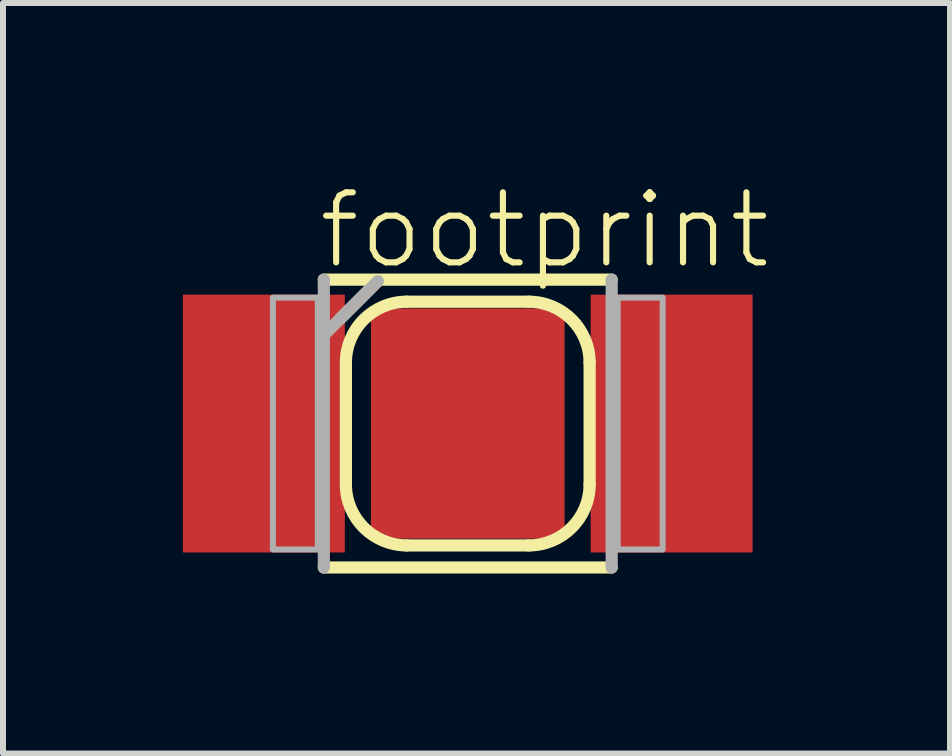
<source format=kicad_pcb>
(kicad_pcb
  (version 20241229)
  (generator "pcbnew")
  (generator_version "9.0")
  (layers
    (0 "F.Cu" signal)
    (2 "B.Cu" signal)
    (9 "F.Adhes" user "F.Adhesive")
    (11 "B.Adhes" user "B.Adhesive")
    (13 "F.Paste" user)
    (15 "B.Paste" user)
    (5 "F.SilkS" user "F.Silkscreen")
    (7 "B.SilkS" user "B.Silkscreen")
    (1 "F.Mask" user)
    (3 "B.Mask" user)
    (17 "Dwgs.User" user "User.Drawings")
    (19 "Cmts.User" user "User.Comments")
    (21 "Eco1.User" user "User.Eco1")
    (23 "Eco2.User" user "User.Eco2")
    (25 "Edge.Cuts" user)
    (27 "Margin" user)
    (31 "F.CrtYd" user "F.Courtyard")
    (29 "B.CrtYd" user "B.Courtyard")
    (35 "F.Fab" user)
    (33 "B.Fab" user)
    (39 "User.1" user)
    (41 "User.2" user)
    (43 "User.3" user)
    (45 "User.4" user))
  (footprint "footprint"
    (layer "F.Cu")
    (at 4.75 4.013)
    (property "Reference" "footprint" (at -2.54 -2.54 0) (layer "F.SilkS") (effects (font (size 1.168 1.168) (thickness 0.102)) (justify left bottom)))
    (fp_poly (pts (xy -4 2.125) (xy -2.1 2.125) (xy -2.1 -2.125) (xy -4 -2.125)) (stroke (width 0) (type solid)) (fill yes) (layer "F.Mask"))
    (fp_poly (pts (xy -0.65 1.95) (xy 0.65 1.95) (xy 0.65 -1.95) (xy -0.65 -1.95)) (stroke (width 0) (type solid)) (fill yes) (layer "F.Mask"))
    (fp_poly (pts (xy 4 -2.125) (xy 2.1 -2.125) (xy 2.1 2.125) (xy 4 2.125)) (stroke (width 0) (type solid)) (fill yes) (layer "F.Mask"))
    (fp_line (start -2.4 -2.4) (end 2.4 -2.4) (stroke (width 0.203) (type solid)) (layer "F.SilkS"))
    (fp_line (start -2.125 -1.75) (end -1.5 -2.375) (stroke (width 0.203) (type solid)) (layer "F.SilkS"))
    (fp_line (start -2.032 1.016) (end -2.032 -1.016) (stroke (width 0.203) (type solid)) (layer "F.SilkS"))
    (fp_line (start -1.016 -2.032) (end 1.016 -2.032) (stroke (width 0.203) (type solid)) (layer "F.SilkS"))
    (fp_line (start 1.016 2.032) (end -1.016 2.032) (stroke (width 0.203) (type solid)) (layer "F.SilkS"))
    (fp_line (start 2.032 1.016) (end 2.032 -1.016) (stroke (width 0.203) (type solid)) (layer "F.SilkS"))
    (fp_line (start 2.4 2.4) (end -2.4 2.4) (stroke (width 0.203) (type solid)) (layer "F.SilkS"))
    (fp_arc (start -2.032 -1.016) (mid -1.734419 -1.734421) (end -1.015998 -2.032) (stroke (width 0.2032) (type solid)) (layer "F.SilkS"))
    (fp_arc (start -1.016 2.032) (mid -1.734421 1.734419) (end -2.032 1.015998) (stroke (width 0.2032) (type solid)) (layer "F.SilkS"))
    (fp_arc (start 1.016 -2.032) (mid 1.734421 -1.734419) (end 2.032 -1.015998) (stroke (width 0.2032) (type solid)) (layer "F.SilkS"))
    (fp_arc (start 2.032 1.016) (mid 1.734419 1.734421) (end 1.015998 2.032) (stroke (width 0.2032) (type solid)) (layer "F.SilkS"))
    (fp_poly (pts (xy -3.625 2) (xy -2.25 2) (xy -2.25 -2) (xy -3.625 -2)) (stroke (width 0) (type solid)) (fill yes) (layer "F.Paste"))
    (fp_poly (pts (xy -0.5 1.75) (xy 0.5 1.75) (xy 0.5 -1.75) (xy -0.5 -1.75)) (stroke (width 0) (type solid)) (fill yes) (layer "F.Paste"))
    (fp_poly (pts (xy 3.625 -2) (xy 2.25 -2) (xy 2.25 2) (xy 3.625 2)) (stroke (width 0) (type solid)) (fill yes) (layer "F.Paste"))
    (fp_line (start -2.4 2.4) (end -2.4 -2.4) (stroke (width 0.203) (type solid)) (layer "F.Fab"))
    (fp_line (start -2.375 -1.5) (end -1.5 -2.375) (stroke (width 0.203) (type solid)) (layer "F.Fab"))
    (fp_line (start 2.4 -2.4) (end 2.4 2.4) (stroke (width 0.203) (type solid)) (layer "F.Fab"))
    (fp_poly (pts (xy -3.25 2.1) (xy -2.5 2.1) (xy -2.5 -2.1) (xy -3.25 -2.1)) (stroke (width 0.1) (type solid)) (fill no) (layer "F.Fab"))
    (fp_poly (pts (xy 3.25 -2.1) (xy 2.5 -2.1) (xy 2.5 2.1) (xy 3.25 2.1)) (stroke (width 0.1) (type solid)) (fill no) (layer "F.Fab"))
    (pad "A" smd rect (at 3.4 0 180) (size 2.7 4.3) (layers "F.Cu"))
    (pad "K" smd rect (at -3.4 0) (size 2.7 4.3) (layers "F.Cu"))
    (pad "TH" smd rect (at 0 0) (size 3.23 3.84) (layers "F.Cu")))
  (gr_rect
    (start -3 -3)
    (end 12.792 9.515)
    (stroke (width 0.1) (type default))
    (fill no)
    (layer "Edge.Cuts")))
</source>
